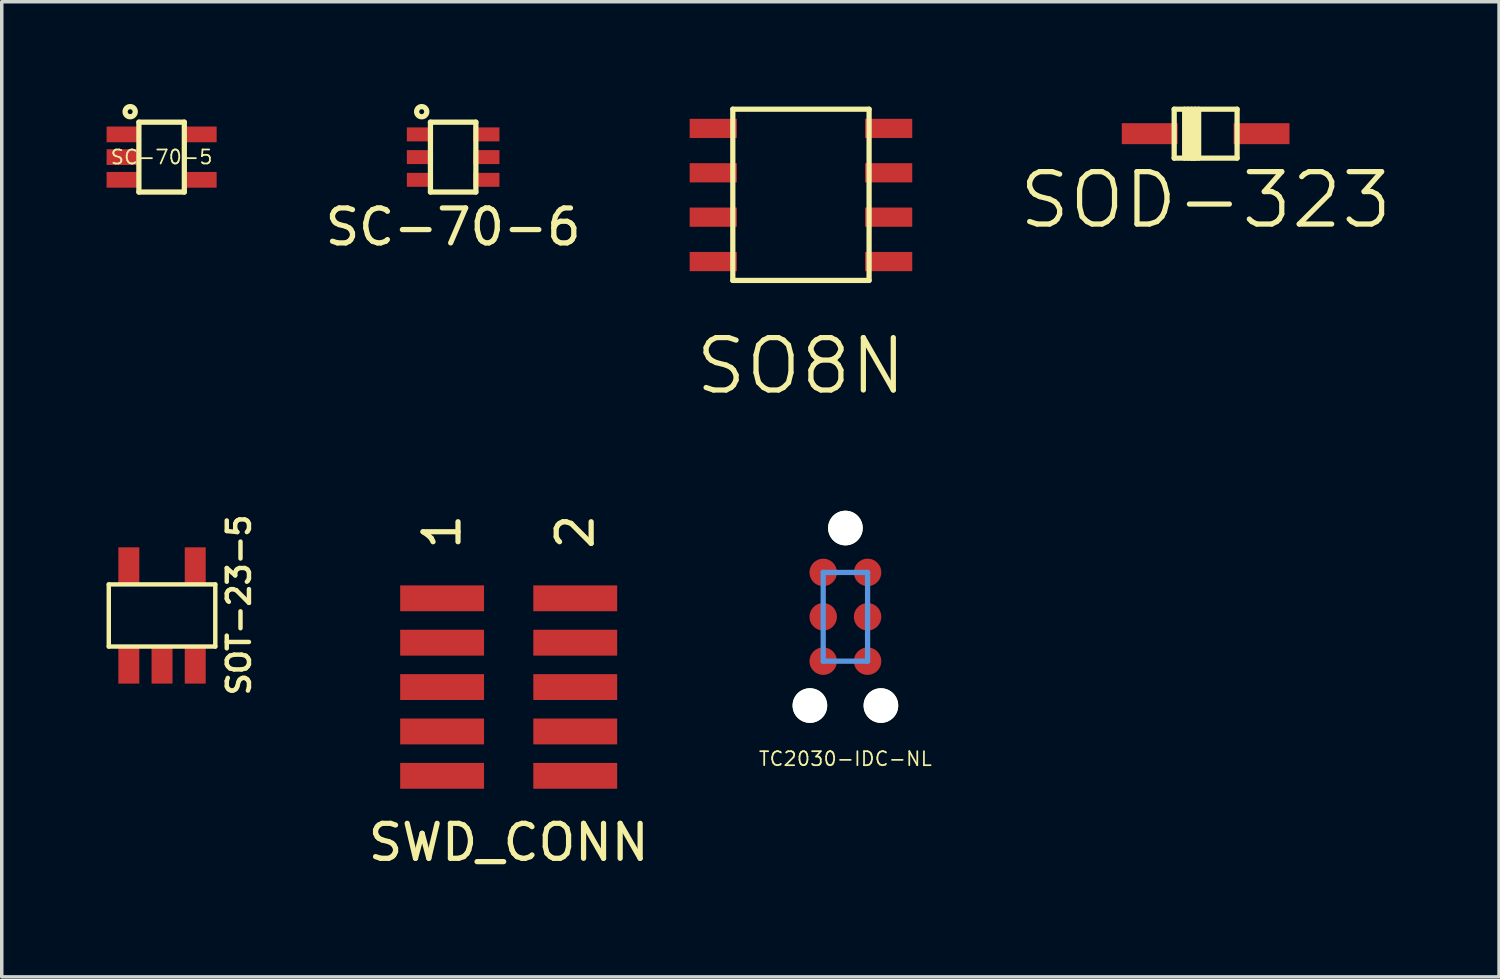
<source format=kicad_pcb>
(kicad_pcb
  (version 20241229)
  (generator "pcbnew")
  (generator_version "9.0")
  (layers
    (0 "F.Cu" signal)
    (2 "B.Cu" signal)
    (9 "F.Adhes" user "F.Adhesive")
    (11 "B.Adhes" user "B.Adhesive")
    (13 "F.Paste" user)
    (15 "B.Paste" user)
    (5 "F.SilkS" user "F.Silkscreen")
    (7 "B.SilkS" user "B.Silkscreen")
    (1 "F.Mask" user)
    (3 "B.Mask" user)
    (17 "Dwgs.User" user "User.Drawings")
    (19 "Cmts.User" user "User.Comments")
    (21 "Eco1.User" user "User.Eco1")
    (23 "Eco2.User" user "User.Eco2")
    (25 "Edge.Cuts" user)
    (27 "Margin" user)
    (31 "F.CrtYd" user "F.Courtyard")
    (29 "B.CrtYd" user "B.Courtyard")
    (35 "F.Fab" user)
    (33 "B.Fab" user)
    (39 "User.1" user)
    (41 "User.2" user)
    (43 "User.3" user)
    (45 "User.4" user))
  (footprint "SOD-323"
    (layer "F.Cu")
    (at 31.452 0.775)
    (property "Reference" "SOD-323" (at 0 1.9 0) (layer "F.SilkS") (effects (font (size 1.5 1.5) (thickness 0.15))))
    (attr smd)
    (fp_line (start -0.9 -0.7) (end 0.9 -0.7) (stroke (width 0.15) (type solid)) (layer "F.SilkS"))
    (fp_line (start -0.9 0.7) (end -0.9 -0.7) (stroke (width 0.15) (type solid)) (layer "F.SilkS"))
    (fp_line (start -0.6 -0.7) (end -0.6 0.7) (stroke (width 0.15) (type solid)) (layer "F.SilkS"))
    (fp_line (start -0.5 -0.7) (end -0.5 0.7) (stroke (width 0.15) (type solid)) (layer "F.SilkS"))
    (fp_line (start -0.4 -0.7) (end -0.4 0.7) (stroke (width 0.15) (type solid)) (layer "F.SilkS"))
    (fp_line (start -0.4 0.7) (end -0.3 0.7) (stroke (width 0.15) (type solid)) (layer "F.SilkS"))
    (fp_line (start -0.3 0.7) (end -0.3 -0.7) (stroke (width 0.15) (type solid)) (layer "F.SilkS"))
    (fp_line (start -0.2 -0.7) (end -0.2 0.7) (stroke (width 0.15) (type solid)) (layer "F.SilkS"))
    (fp_line (start 0.9 -0.7) (end 0.9 0.7) (stroke (width 0.15) (type solid)) (layer "F.SilkS"))
    (fp_line (start 0.9 0.7) (end -0.9 0.7) (stroke (width 0.15) (type solid)) (layer "F.SilkS"))
    (pad "1" smd rect (at -1.6 0) (size 1.6 0.6) (layers "F.Cu" "F.Mask" "F.Paste"))
    (pad "2" smd rect (at 1.6 0) (size 1.6 0.6) (layers "F.Cu" "F.Mask" "F.Paste")))
  (footprint "TC2030-IDC-NL"
    (layer "F.Cu")
    (at 21.143 14.601)
    (property "Reference" "TC2030-IDC-NL" (at 0 4.064 0) (layer "F.SilkS") (effects (font (size 0.4 0.4) (thickness 0.05))))
    (attr exclude_from_pos_files exclude_from_bom)
    (fp_line (start -0.635 -1.27) (end 0.635 -1.27) (stroke (width 0.15) (type solid)) (layer "Cmts.User"))
    (fp_line (start -0.635 1.27) (end -0.635 -1.27) (stroke (width 0.15) (type solid)) (layer "Cmts.User"))
    (fp_line (start 0.635 -1.27) (end 0.635 1.27) (stroke (width 0.15) (type solid)) (layer "Cmts.User"))
    (fp_line (start 0.635 1.27) (end -0.635 1.27) (stroke (width 0.15) (type solid)) (layer "Cmts.User"))
    (pad "" np_thru_hole circle (at -1.016 2.54) (size 0.991 0.991) (drill 0.991) (layers "*.Cu" "*.Mask" "F.SilkS"))
    (pad "" np_thru_hole circle (at 0 -2.54) (size 0.991 0.991) (drill 0.991) (layers "*.Cu" "*.Mask" "F.SilkS"))
    (pad "" np_thru_hole circle (at 1.016 2.54) (size 0.991 0.991) (drill 0.991) (layers "*.Cu" "*.Mask" "F.SilkS"))
    (pad "1" smd circle (at -0.635 -1.27) (size 0.787 0.787) (layers "F.Cu" "F.Mask" "F.Paste"))
    (pad "2" smd circle (at 0.635 -1.27) (size 0.787 0.787) (layers "F.Cu" "F.Mask" "F.Paste"))
    (pad "3" smd circle (at -0.635 0) (size 0.787 0.787) (layers "F.Cu" "F.Mask" "F.Paste"))
    (pad "4" smd circle (at 0.635 0) (size 0.787 0.787) (layers "F.Cu" "F.Mask" "F.Paste"))
    (pad "5" smd circle (at -0.635 1.27) (size 0.787 0.787) (layers "F.Cu" "F.Mask" "F.Paste"))
    (pad "6" smd circle (at 0.635 1.27) (size 0.787 0.787) (layers "F.Cu" "F.Mask" "F.Paste")))
  (footprint "SO8N"
    (layer "F.Cu")
    (at 19.871 2.525)
    (property "Reference" "SO8N" (at 0 4.9 0) (layer "F.SilkS") (effects (font (size 1.5 1.5) (thickness 0.15))))
    (attr through_hole)
    (fp_line (start -1.95 -2.45) (end 1.95 -2.45) (stroke (width 0.15) (type solid)) (layer "F.SilkS"))
    (fp_line (start -1.95 2.45) (end -1.95 -2.45) (stroke (width 0.15) (type solid)) (layer "F.SilkS"))
    (fp_line (start 1.95 -2.45) (end 1.95 2.45) (stroke (width 0.15) (type solid)) (layer "F.SilkS"))
    (fp_line (start 1.95 2.45) (end -1.95 2.45) (stroke (width 0.15) (type solid)) (layer "F.SilkS"))
    (pad "1" smd rect (at -2.51 -1.9) (size 1.35 0.55) (layers "F.Cu" "F.Mask" "F.Paste"))
    (pad "2" smd rect (at -2.51 -0.63) (size 1.35 0.55) (layers "F.Cu" "F.Mask" "F.Paste"))
    (pad "3" smd rect (at -2.51 0.64) (size 1.35 0.55) (layers "F.Cu" "F.Mask" "F.Paste"))
    (pad "4" smd rect (at -2.51 1.91) (size 1.35 0.55) (layers "F.Cu" "F.Mask" "F.Paste"))
    (pad "5" smd rect (at 2.51 1.91) (size 1.35 0.55) (layers "F.Cu" "F.Mask" "F.Paste"))
    (pad "6" smd rect (at 2.51 0.64) (size 1.35 0.55) (layers "F.Cu" "F.Mask" "F.Paste"))
    (pad "7" smd rect (at 2.51 -0.63) (size 1.35 0.55) (layers "F.Cu" "F.Mask" "F.Paste"))
    (pad "8" smd rect (at 2.51 -1.9) (size 1.35 0.55) (layers "F.Cu" "F.Mask" "F.Paste")))
  (footprint "SWD_CONN"
    (layer "F.Cu")
    (at 11.507 16.612)
    (property "Reference" "SWD_CONN" (at 0 4.445 0) (layer "F.SilkS") (effects (font (size 1 1) (thickness 0.15))))
    (attr smd)
    (fp_text user "1" (at -1.905 -4.445 90) (layer "F.SilkS") (effects (font (size 1 1) (thickness 0.15))))
    (fp_text user "2" (at 1.905 -4.445 90) (layer "F.SilkS") (effects (font (size 1 1) (thickness 0.15))))
    (pad "1" smd rect (at -1.905 -2.54) (size 2.4 0.74) (layers "F.Cu" "F.Mask" "F.Paste"))
    (pad "2" smd rect (at 1.905 -2.54) (size 2.4 0.74) (layers "F.Cu" "F.Mask" "F.Paste"))
    (pad "3" smd rect (at -1.905 -1.27) (size 2.4 0.74) (layers "F.Cu" "F.Mask" "F.Paste"))
    (pad "4" smd rect (at 1.905 -1.27) (size 2.4 0.74) (layers "F.Cu" "F.Mask" "F.Paste"))
    (pad "5" smd rect (at -1.905 0) (size 2.4 0.74) (layers "F.Cu" "F.Mask" "F.Paste"))
    (pad "6" smd rect (at 1.905 0) (size 2.4 0.74) (layers "F.Cu" "F.Mask" "F.Paste"))
    (pad "7" smd rect (at -1.905 1.27) (size 2.4 0.74) (layers "F.Cu" "F.Mask" "F.Paste"))
    (pad "8" smd rect (at 1.905 1.27) (size 2.4 0.74) (layers "F.Cu" "F.Mask" "F.Paste"))
    (pad "9" smd rect (at -1.905 2.54) (size 2.4 0.74) (layers "F.Cu" "F.Mask" "F.Paste"))
    (pad "10" smd rect (at 1.905 2.54) (size 2.4 0.74) (layers "F.Cu" "F.Mask" "F.Paste")))
  (footprint "SC-70-5"
    (layer "F.Cu")
    (at 1.575 1.446)
    (property "Reference" "SC-70-5" (at 0 0 0) (layer "F.SilkS") (effects (font (size 0.4 0.4) (thickness 0.05))))
    (attr smd)
    (fp_line (start -0.65 -1) (end -0.65 1) (stroke (width 0.15) (type solid)) (layer "F.SilkS"))
    (fp_line (start -0.65 1) (end 0.65 1) (stroke (width 0.15) (type solid)) (layer "F.SilkS"))
    (fp_line (start 0.65 -1) (end -0.65 -1) (stroke (width 0.15) (type solid)) (layer "F.SilkS"))
    (fp_line (start 0.65 1) (end 0.65 -1) (stroke (width 0.15) (type solid)) (layer "F.SilkS"))
    (fp_circle (center -0.9 -1.3) (end -0.85 -1.25) (stroke (width 0.15) (type solid)) (fill no) (layer "F.SilkS"))
    (pad "1" smd rect (at -1.1 -0.65) (size 0.95 0.45) (layers "F.Cu" "F.Mask" "F.Paste"))
    (pad "2" smd rect (at -1.1 0) (size 0.95 0.45) (layers "F.Cu" "F.Mask" "F.Paste"))
    (pad "3" smd rect (at -1.1 0.65) (size 0.95 0.45) (layers "F.Cu" "F.Mask" "F.Paste"))
    (pad "4" smd rect (at 1.1 0.65) (size 0.95 0.45) (layers "F.Cu" "F.Mask" "F.Paste"))
    (pad "5" smd rect (at 1.1 -0.65) (size 0.95 0.45) (layers "F.Cu" "F.Mask" "F.Paste")))
  (footprint "SC-70-6"
    (layer "F.Cu")
    (at 9.918 1.446)
    (property "Reference" "SC-70-6" (at 0 2 0) (layer "F.SilkS") (effects (font (size 1 1) (thickness 0.15))))
    (attr smd)
    (fp_line (start -0.65 -1) (end -0.65 1) (stroke (width 0.15) (type solid)) (layer "F.SilkS"))
    (fp_line (start -0.65 1) (end 0.65 1) (stroke (width 0.15) (type solid)) (layer "F.SilkS"))
    (fp_line (start 0.65 -1) (end -0.65 -1) (stroke (width 0.15) (type solid)) (layer "F.SilkS"))
    (fp_line (start 0.65 1) (end 0.65 -1) (stroke (width 0.15) (type solid)) (layer "F.SilkS"))
    (fp_circle (center -0.9 -1.3) (end -0.85 -1.25) (stroke (width 0.15) (type solid)) (fill no) (layer "F.SilkS"))
    (pad "1" smd rect (at -0.95 -0.65) (size 0.75 0.4) (layers "F.Cu" "F.Mask" "F.Paste"))
    (pad "2" smd rect (at -0.95 0) (size 0.75 0.4) (layers "F.Cu" "F.Mask" "F.Paste"))
    (pad "3" smd rect (at -0.95 0.65) (size 0.75 0.4) (layers "F.Cu" "F.Mask" "F.Paste"))
    (pad "4" smd rect (at 0.95 0.65) (size 0.75 0.4) (layers "F.Cu" "F.Mask" "F.Paste"))
    (pad "5" smd rect (at 0.95 0) (size 0.75 0.4) (layers "F.Cu" "F.Mask" "F.Paste"))
    (pad "6" smd rect (at 0.95 -0.65) (size 0.75 0.4) (layers "F.Cu" "F.Mask" "F.Paste")))
  (footprint "SOT-23-5"
    (layer "F.Cu")
    (at 1.587 14.563)
    (property "Reference" "SOT-23-5" (at 2.2 -0.3 90) (layer "F.SilkS") (effects (font (size 0.635 0.635) (thickness 0.127))))
    (attr smd)
    (fp_line (start -1.524 -0.889) (end 1.524 -0.889) (stroke (width 0.127) (type solid)) (layer "F.SilkS"))
    (fp_line (start -1.524 0.889) (end -1.524 -0.889) (stroke (width 0.127) (type solid)) (layer "F.SilkS"))
    (fp_line (start 1.524 -0.889) (end 1.524 0.889) (stroke (width 0.127) (type solid)) (layer "F.SilkS"))
    (fp_line (start 1.524 0.889) (end -1.524 0.889) (stroke (width 0.127) (type solid)) (layer "F.SilkS"))
    (pad "1" smd rect (at -0.95 1.4) (size 0.6 1.1) (layers "F.Cu" "F.Mask" "F.Paste"))
    (pad "2" smd rect (at 0 1.4) (size 0.6 1.1) (layers "F.Cu" "F.Mask" "F.Paste"))
    (pad "3" smd rect (at 0.95 1.4) (size 0.6 1.1) (layers "F.Cu" "F.Mask" "F.Paste"))
    (pad "4" smd rect (at 0.95 -1.4) (size 0.6 1.1) (layers "F.Cu" "F.Mask" "F.Paste"))
    (pad "5" smd rect (at -0.95 -1.4) (size 0.6 1.1) (layers "F.Cu" "F.Mask" "F.Paste")))
  (gr_rect
    (start -3 -3)
    (end 39.849 24.905)
    (stroke (width 0.1) (type default))
    (fill no)
    (layer "Edge.Cuts")))
</source>
